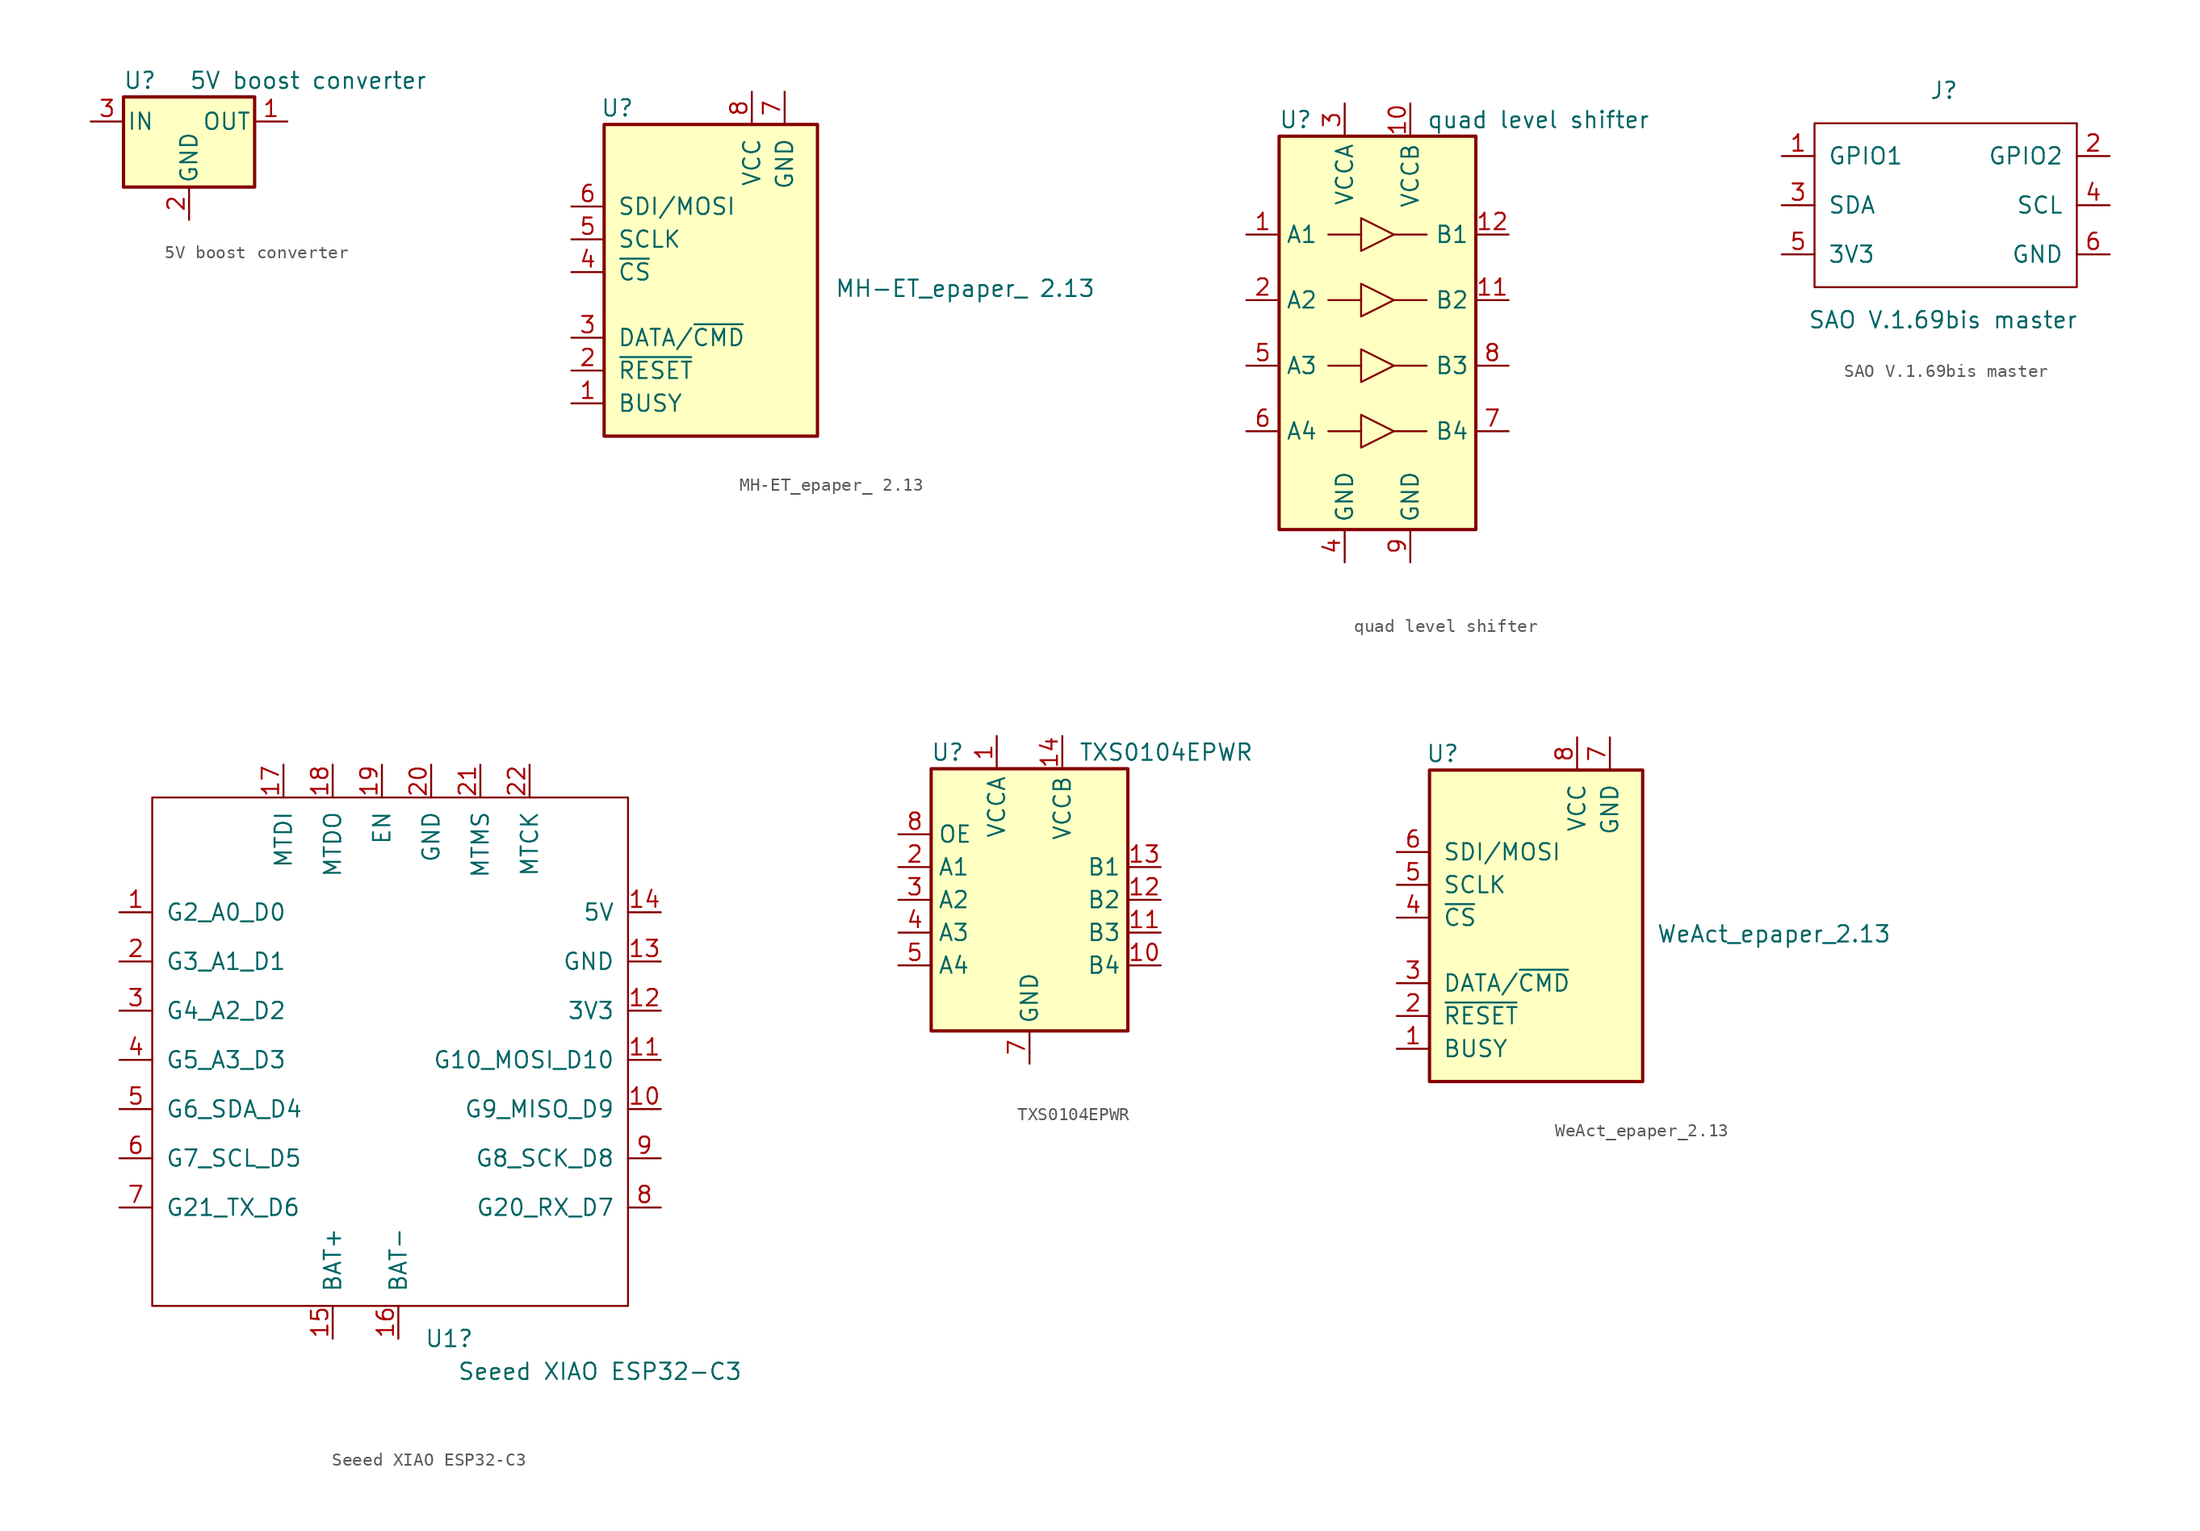
<source format=kicad_sym>
(kicad_symbol_lib
  (version 20211014)
  (generator kicad_symbol_editor)
  (symbol "5V boost converter"
    (pin_names
      (offset 0.254))
    (property "Reference" "U"
      (at -3.81 3.175 0)
      (effects (font (size 1.27 1.27))))
    (property "Value" "5V boost converter"
      (at 0 3.175 0)
      (effects (font (size 1.27 1.27)) (justify left)))
    (symbol "5V boost converter_0_1"
      (rectangle (start -5.08 1.905) (end 5.08 -5.08) (stroke (width 0.254) (type default) (color 0 0 0 0)) (fill (type background))))
    (symbol "5V boost converter_1_1"
      (pin power_out line (at 7.62 0 180) (length 2.54) (name "OUT" (effects (font (size 1.27 1.27)))) (number "1" (effects (font (size 1.27 1.27)))))
      (pin power_in line (at 0 -7.62 90) (length 2.54) (name "GND" (effects (font (size 1.27 1.27)))) (number "2" (effects (font (size 1.27 1.27)))))
      (pin power_in line (at -7.62 0 0) (length 2.54) (name "IN" (effects (font (size 1.27 1.27)))) (number "3" (effects (font (size 1.27 1.27)))))))
  (symbol "MH-ET_epaper_ 2.13"
    (pin_names
      (offset 1.016))
    (property "Reference" "U"
      (at -6.604 15.24 0)
      (effects (font (size 1.27 1.27))))
    (property "Value" "MH-ET_epaper_ 2.13"
      (at 20.32 1.27 0)
      (effects (font (size 1.27 1.27))))
    (symbol "MH-ET_epaper_ 2.13_0_1"
      (rectangle (start -7.62 13.97) (end 8.89 -10.16) (stroke (width 0.254) (type default) (color 0 0 0 0)) (fill (type background))))
    (symbol "MH-ET_epaper_ 2.13_1_1"
      (pin output line (at -10.16 -7.62 0) (length 2.54) (name "BUSY" (effects (font (size 1.27 1.27)))) (number "1" (effects (font (size 1.27 1.27)))))
      (pin input line (at -10.16 -5.08 0) (length 2.54) (name "~{RESET}" (effects (font (size 1.27 1.27)))) (number "2" (effects (font (size 1.27 1.27)))))
      (pin input line (at -10.16 -2.54 0) (length 2.54) (name "DATA/~{CMD}" (effects (font (size 1.27 1.27)))) (number "3" (effects (font (size 1.27 1.27)))))
      (pin input line (at -10.16 2.54 0) (length 2.54) (name "~{CS}" (effects (font (size 1.27 1.27)))) (number "4" (effects (font (size 1.27 1.27)))))
      (pin input line (at -10.16 5.08 0) (length 2.54) (name "SCLK" (effects (font (size 1.27 1.27)))) (number "5" (effects (font (size 1.27 1.27)))))
      (pin input line (at -10.16 7.62 0) (length 2.54) (name "SDI/MOSI" (effects (font (size 1.27 1.27)))) (number "6" (effects (font (size 1.27 1.27)))))
      (pin power_in line (at 6.35 16.51 270) (length 2.54) (name "GND" (effects (font (size 1.27 1.27)))) (number "7" (effects (font (size 1.27 1.27)))))
      (pin power_in line (at 3.81 16.51 270) (length 2.54) (name "VCC" (effects (font (size 1.27 1.27)))) (number "8" (effects (font (size 1.27 1.27)))))))
  (symbol "quad level shifter"
    (property "Reference" "U"
      (at -6.35 11.43 0)
      (effects (font (size 1.27 1.27))))
    (property "Value" "quad level shifter"
      (at 3.81 11.43 0)
      (effects (font (size 1.27 1.27)) (justify left)))
    (symbol "quad level shifter_0_1"
      (rectangle (start -7.62 10.16) (end 7.62 -20.32) (stroke (width 0.254) (type default) (color 0 0 0 0)) (fill (type background)))
      (polyline (pts (xy -3.81 -12.7) (xy -1.27 -12.7)) (stroke (width 0) (type default) (color 0 0 0 0)) (fill (type none)))
      (polyline (pts (xy -3.81 -7.62) (xy -1.27 -7.62)) (stroke (width 0) (type default) (color 0 0 0 0)) (fill (type none)))
      (polyline (pts (xy -3.81 -2.54) (xy -1.27 -2.54)) (stroke (width 0) (type default) (color 0 0 0 0)) (fill (type none)))
      (polyline (pts (xy -3.81 2.54) (xy -1.27 2.54)) (stroke (width 0) (type default) (color 0 0 0 0)) (fill (type none)))
      (polyline (pts (xy 3.81 -12.7) (xy 1.27 -12.7)) (stroke (width 0) (type default) (color 0 0 0 0)) (fill (type none)))
      (polyline (pts (xy 3.81 -7.62) (xy 1.27 -7.62)) (stroke (width 0) (type default) (color 0 0 0 0)) (fill (type none)))
      (polyline (pts (xy 3.81 -2.54) (xy 1.27 -2.54)) (stroke (width 0) (type default) (color 0 0 0 0)) (fill (type none)))
      (polyline (pts (xy 3.81 2.54) (xy 1.27 2.54)) (stroke (width 0) (type default) (color 0 0 0 0)) (fill (type none)))
      (polyline (pts (xy -1.27 -13.97) (xy -1.27 -11.43) (xy 1.27 -12.7) (xy -1.27 -13.97)) (stroke (width 0) (type default) (color 0 0 0 0)) (fill (type none)))
      (polyline (pts (xy -1.27 -8.89) (xy -1.27 -6.35) (xy 1.27 -7.62) (xy -1.27 -8.89)) (stroke (width 0) (type default) (color 0 0 0 0)) (fill (type none)))
      (polyline (pts (xy -1.27 -3.81) (xy -1.27 -1.27) (xy 1.27 -2.54) (xy -1.27 -3.81)) (stroke (width 0) (type default) (color 0 0 0 0)) (fill (type none)))
      (polyline (pts (xy -1.27 1.27) (xy -1.27 3.81) (xy 1.27 2.54) (xy -1.27 1.27)) (stroke (width 0) (type default) (color 0 0 0 0)) (fill (type none))))
    (symbol "quad level shifter_1_1"
      (pin input line (at -10.16 2.54 0) (length 2.54) (name "A1" (effects (font (size 1.27 1.27)))) (number "1" (effects (font (size 1.27 1.27)))))
      (pin power_in line (at 2.54 12.7 270) (length 2.54) (name "VCCB" (effects (font (size 1.27 1.27)))) (number "10" (effects (font (size 1.27 1.27)))))
      (pin output line (at 10.16 -2.54 180) (length 2.54) (name "B2" (effects (font (size 1.27 1.27)))) (number "11" (effects (font (size 1.27 1.27)))))
      (pin output line (at 10.16 2.54 180) (length 2.54) (name "B1" (effects (font (size 1.27 1.27)))) (number "12" (effects (font (size 1.27 1.27)))))
      (pin input line (at -10.16 -2.54 0) (length 2.54) (name "A2" (effects (font (size 1.27 1.27)))) (number "2" (effects (font (size 1.27 1.27)))))
      (pin power_in line (at -2.54 12.7 270) (length 2.54) (name "VCCA" (effects (font (size 1.27 1.27)))) (number "3" (effects (font (size 1.27 1.27)))))
      (pin power_in line (at -2.54 -22.86 90) (length 2.54) (name "GND" (effects (font (size 1.27 1.27)))) (number "4" (effects (font (size 1.27 1.27)))))
      (pin input line (at -10.16 -7.62 0) (length 2.54) (name "A3" (effects (font (size 1.27 1.27)))) (number "5" (effects (font (size 1.27 1.27)))))
      (pin input line (at -10.16 -12.7 0) (length 2.54) (name "A4" (effects (font (size 1.27 1.27)))) (number "6" (effects (font (size 1.27 1.27)))))
      (pin output line (at 10.16 -12.7 180) (length 2.54) (name "B4" (effects (font (size 1.27 1.27)))) (number "7" (effects (font (size 1.27 1.27)))))
      (pin output line (at 10.16 -7.62 180) (length 2.54) (name "B3" (effects (font (size 1.27 1.27)))) (number "8" (effects (font (size 1.27 1.27)))))
      (pin power_in line (at 2.54 -22.86 90) (length 2.54) (name "GND" (effects (font (size 1.27 1.27)))) (number "9" (effects (font (size 1.27 1.27)))))))
  (symbol "SAO V.1.69bis master"
    (pin_names
      (offset 1.016))
    (property "Reference" "J"
      (at -1.27 8.89 0)
      (effects (font (size 1.27 1.27)) (justify left)))
    (property "Value" "SAO V.1.69bis master"
      (at -10.681 -8.89 0)
      (effects (font (size 1.27 1.27)) (justify left)))
    (symbol "SAO V.1.69bis master_0_1"
      (rectangle (start -10.16 6.35) (end 10.16 -6.35) (stroke (width 0) (type default) (color 0 0 0 0)) (fill (type none))))
    (symbol "SAO V.1.69bis master_1_1"
      (pin bidirectional line (at -12.7 3.81 0) (length 2.54) (name "GPIO1" (effects (font (size 1.27 1.27)))) (number "1" (effects (font (size 1.27 1.27)))))
      (pin bidirectional line (at 12.7 3.81 180) (length 2.54) (name "GPIO2" (effects (font (size 1.27 1.27)))) (number "2" (effects (font (size 1.27 1.27)))))
      (pin bidirectional line (at -12.7 0 0) (length 2.54) (name "SDA" (effects (font (size 1.27 1.27)))) (number "3" (effects (font (size 1.27 1.27)))))
      (pin input line (at 12.7 0 180) (length 2.54) (name "SCL" (effects (font (size 1.27 1.27)))) (number "4" (effects (font (size 1.27 1.27)))))
      (pin power_in line (at -12.7 -3.81 0) (length 2.54) (name "3V3" (effects (font (size 1.27 1.27)))) (number "5" (effects (font (size 1.27 1.27)))))
      (pin power_in line (at 12.7 -3.81 180) (length 2.54) (name "GND" (effects (font (size 1.27 1.27)))) (number "6" (effects (font (size 1.27 1.27)))))))
  (symbol "Seeed XIAO ESP32-C3"
    (pin_names
      (offset 1.016))
    (property "Reference" "U1"
      (at 2.019 -21.59 0)
      (effects (font (size 1.27 1.27)) (justify left)))
    (property "Value" "Seeed XIAO ESP32-C3"
      (at 4.559 -24.13 0)
      (effects (font (size 1.27 1.27)) (justify left)))
    (symbol "Seeed XIAO ESP32-C3_0_1"
      (rectangle (start -19.05 20.32) (end 17.78 -19.05) (stroke (width 0) (type default) (color 0 0 0 0)) (fill (type none))))
    (symbol "Seeed XIAO ESP32-C3_1_1"
      (pin unspecified line (at -21.59 11.43 0) (length 2.54) (name "G2_A0_D0" (effects (font (size 1.27 1.27)))) (number "1" (effects (font (size 1.27 1.27)))))
      (pin unspecified line (at 20.32 -3.81 180) (length 2.54) (name "G9_MISO_D9" (effects (font (size 1.27 1.27)))) (number "10" (effects (font (size 1.27 1.27)))))
      (pin unspecified line (at 20.32 0 180) (length 2.54) (name "G10_MOSI_D10" (effects (font (size 1.27 1.27)))) (number "11" (effects (font (size 1.27 1.27)))))
      (pin power_out line (at 20.32 3.81 180) (length 2.54) (name "3V3" (effects (font (size 1.27 1.27)))) (number "12" (effects (font (size 1.27 1.27)))))
      (pin power_out line (at 20.32 7.62 180) (length 2.54) (name "GND" (effects (font (size 1.27 1.27)))) (number "13" (effects (font (size 1.27 1.27)))))
      (pin power_out line (at 20.32 11.43 180) (length 2.54) (name "5V" (effects (font (size 1.27 1.27)))) (number "14" (effects (font (size 1.27 1.27)))))
      (pin power_out line (at -5.08 -21.59 90) (length 2.54) (name "BAT+" (effects (font (size 1.27 1.27)))) (number "15" (effects (font (size 1.27 1.27)))))
      (pin power_out line (at 0 -21.59 90) (length 2.54) (name "BAT-" (effects (font (size 1.27 1.27)))) (number "16" (effects (font (size 1.27 1.27)))))
      (pin unspecified line (at -8.89 22.86 270) (length 2.54) (name "MTDI" (effects (font (size 1.27 1.27)))) (number "17" (effects (font (size 1.27 1.27)))))
      (pin output line (at -5.08 22.86 270) (length 2.54) (name "MTDO" (effects (font (size 1.27 1.27)))) (number "18" (effects (font (size 1.27 1.27)))))
      (pin unspecified line (at -1.27 22.86 270) (length 2.54) (name "EN" (effects (font (size 1.27 1.27)))) (number "19" (effects (font (size 1.27 1.27)))))
      (pin unspecified line (at -21.59 7.62 0) (length 2.54) (name "G3_A1_D1" (effects (font (size 1.27 1.27)))) (number "2" (effects (font (size 1.27 1.27)))))
      (pin unspecified line (at 2.54 22.86 270) (length 2.54) (name "GND" (effects (font (size 1.27 1.27)))) (number "20" (effects (font (size 1.27 1.27)))))
      (pin unspecified line (at 6.35 22.86 270) (length 2.54) (name "MTMS" (effects (font (size 1.27 1.27)))) (number "21" (effects (font (size 1.27 1.27)))))
      (pin unspecified line (at 10.16 22.86 270) (length 2.54) (name "MTCK" (effects (font (size 1.27 1.27)))) (number "22" (effects (font (size 1.27 1.27)))))
      (pin unspecified line (at -21.59 3.81 0) (length 2.54) (name "G4_A2_D2" (effects (font (size 1.27 1.27)))) (number "3" (effects (font (size 1.27 1.27)))))
      (pin unspecified line (at -21.59 0 0) (length 2.54) (name "G5_A3_D3" (effects (font (size 1.27 1.27)))) (number "4" (effects (font (size 1.27 1.27)))))
      (pin unspecified line (at -21.59 -3.81 0) (length 2.54) (name "G6_SDA_D4" (effects (font (size 1.27 1.27)))) (number "5" (effects (font (size 1.27 1.27)))))
      (pin unspecified line (at -21.59 -7.62 0) (length 2.54) (name "G7_SCL_D5" (effects (font (size 1.27 1.27)))) (number "6" (effects (font (size 1.27 1.27)))))
      (pin unspecified line (at -21.59 -11.43 0) (length 2.54) (name "G21_TX_D6" (effects (font (size 1.27 1.27)))) (number "7" (effects (font (size 1.27 1.27)))))
      (pin unspecified line (at 20.32 -11.43 180) (length 2.54) (name "G20_RX_D7" (effects (font (size 1.27 1.27)))) (number "8" (effects (font (size 1.27 1.27)))))
      (pin unspecified line (at 20.32 -7.62 180) (length 2.54) (name "G8_SCK_D8" (effects (font (size 1.27 1.27)))) (number "9" (effects (font (size 1.27 1.27)))))
      (pin power_out line (at 5.08 -21.59 90) (length 2.54) hide (name "GND" (effects (font (size 1.27 1.27)))) (number "thermal" (effects (font (size 1.27 1.27)))))))
  (symbol "TXS0104EPWR"
    (property "Reference" "U"
      (at -6.35 11.43 0)
      (effects (font (size 1.27 1.27))))
    (property "Value" "TXS0104EPWR"
      (at 3.81 11.43 0)
      (effects (font (size 1.27 1.27)) (justify left)))
    (symbol "TXS0104EPWR_0_1"
      (rectangle (start -7.62 10.16) (end 7.62 -10.16) (stroke (width 0.254) (type default) (color 0 0 0 0)) (fill (type background))))
    (symbol "TXS0104EPWR_1_1"
      (pin power_in line (at -2.54 12.7 270) (length 2.54) (name "VCCA" (effects (font (size 1.27 1.27)))) (number "1" (effects (font (size 1.27 1.27)))))
      (pin bidirectional line (at 10.16 -5.08 180) (length 2.54) (name "B4" (effects (font (size 1.27 1.27)))) (number "10" (effects (font (size 1.27 1.27)))))
      (pin bidirectional line (at 10.16 -2.54 180) (length 2.54) (name "B3" (effects (font (size 1.27 1.27)))) (number "11" (effects (font (size 1.27 1.27)))))
      (pin bidirectional line (at 10.16 0 180) (length 2.54) (name "B2" (effects (font (size 1.27 1.27)))) (number "12" (effects (font (size 1.27 1.27)))))
      (pin bidirectional line (at 10.16 2.54 180) (length 2.54) (name "B1" (effects (font (size 1.27 1.27)))) (number "13" (effects (font (size 1.27 1.27)))))
      (pin power_in line (at 2.54 12.7 270) (length 2.54) (name "VCCB" (effects (font (size 1.27 1.27)))) (number "14" (effects (font (size 1.27 1.27)))))
      (pin bidirectional line (at -10.16 2.54 0) (length 2.54) (name "A1" (effects (font (size 1.27 1.27)))) (number "2" (effects (font (size 1.27 1.27)))))
      (pin bidirectional line (at -10.16 0 0) (length 2.54) (name "A2" (effects (font (size 1.27 1.27)))) (number "3" (effects (font (size 1.27 1.27)))))
      (pin bidirectional line (at -10.16 -2.54 0) (length 2.54) (name "A3" (effects (font (size 1.27 1.27)))) (number "4" (effects (font (size 1.27 1.27)))))
      (pin bidirectional line (at -10.16 -5.08 0) (length 2.54) (name "A4" (effects (font (size 1.27 1.27)))) (number "5" (effects (font (size 1.27 1.27)))))
      (pin power_in line (at 0 -12.7 90) (length 2.54) (name "GND" (effects (font (size 1.27 1.27)))) (number "7" (effects (font (size 1.27 1.27)))))
      (pin input line (at -10.16 5.08 0) (length 2.54) (name "OE" (effects (font (size 1.27 1.27)))) (number "8" (effects (font (size 1.27 1.27)))))))
  (symbol "WeAct_epaper_2.13"
    (pin_names
      (offset 1.016))
    (property "Reference" "U"
      (at -6.604 15.24 0)
      (effects (font (size 1.27 1.27))))
    (property "Value" "WeAct_epaper_2.13"
      (at 19.05 1.27 0)
      (effects (font (size 1.27 1.27))))
    (symbol "WeAct_epaper_2.13_0_1"
      (rectangle (start -7.62 13.97) (end 8.89 -10.16) (stroke (width 0.254) (type default) (color 0 0 0 0)) (fill (type background))))
    (symbol "WeAct_epaper_2.13_1_1"
      (pin output line (at -10.16 -7.62 0) (length 2.54) (name "BUSY" (effects (font (size 1.27 1.27)))) (number "1" (effects (font (size 1.27 1.27)))))
      (pin input line (at -10.16 -5.08 0) (length 2.54) (name "~{RESET}" (effects (font (size 1.27 1.27)))) (number "2" (effects (font (size 1.27 1.27)))))
      (pin input line (at -10.16 -2.54 0) (length 2.54) (name "DATA/~{CMD}" (effects (font (size 1.27 1.27)))) (number "3" (effects (font (size 1.27 1.27)))))
      (pin input line (at -10.16 2.54 0) (length 2.54) (name "~{CS}" (effects (font (size 1.27 1.27)))) (number "4" (effects (font (size 1.27 1.27)))))
      (pin input line (at -10.16 5.08 0) (length 2.54) (name "SCLK" (effects (font (size 1.27 1.27)))) (number "5" (effects (font (size 1.27 1.27)))))
      (pin input line (at -10.16 7.62 0) (length 2.54) (name "SDI/MOSI" (effects (font (size 1.27 1.27)))) (number "6" (effects (font (size 1.27 1.27)))))
      (pin power_in line (at 6.35 16.51 270) (length 2.54) (name "GND" (effects (font (size 1.27 1.27)))) (number "7" (effects (font (size 1.27 1.27)))))
      (pin power_in line (at 3.81 16.51 270) (length 2.54) (name "VCC" (effects (font (size 1.27 1.27)))) (number "8" (effects (font (size 1.27 1.27))))))))
</source>
